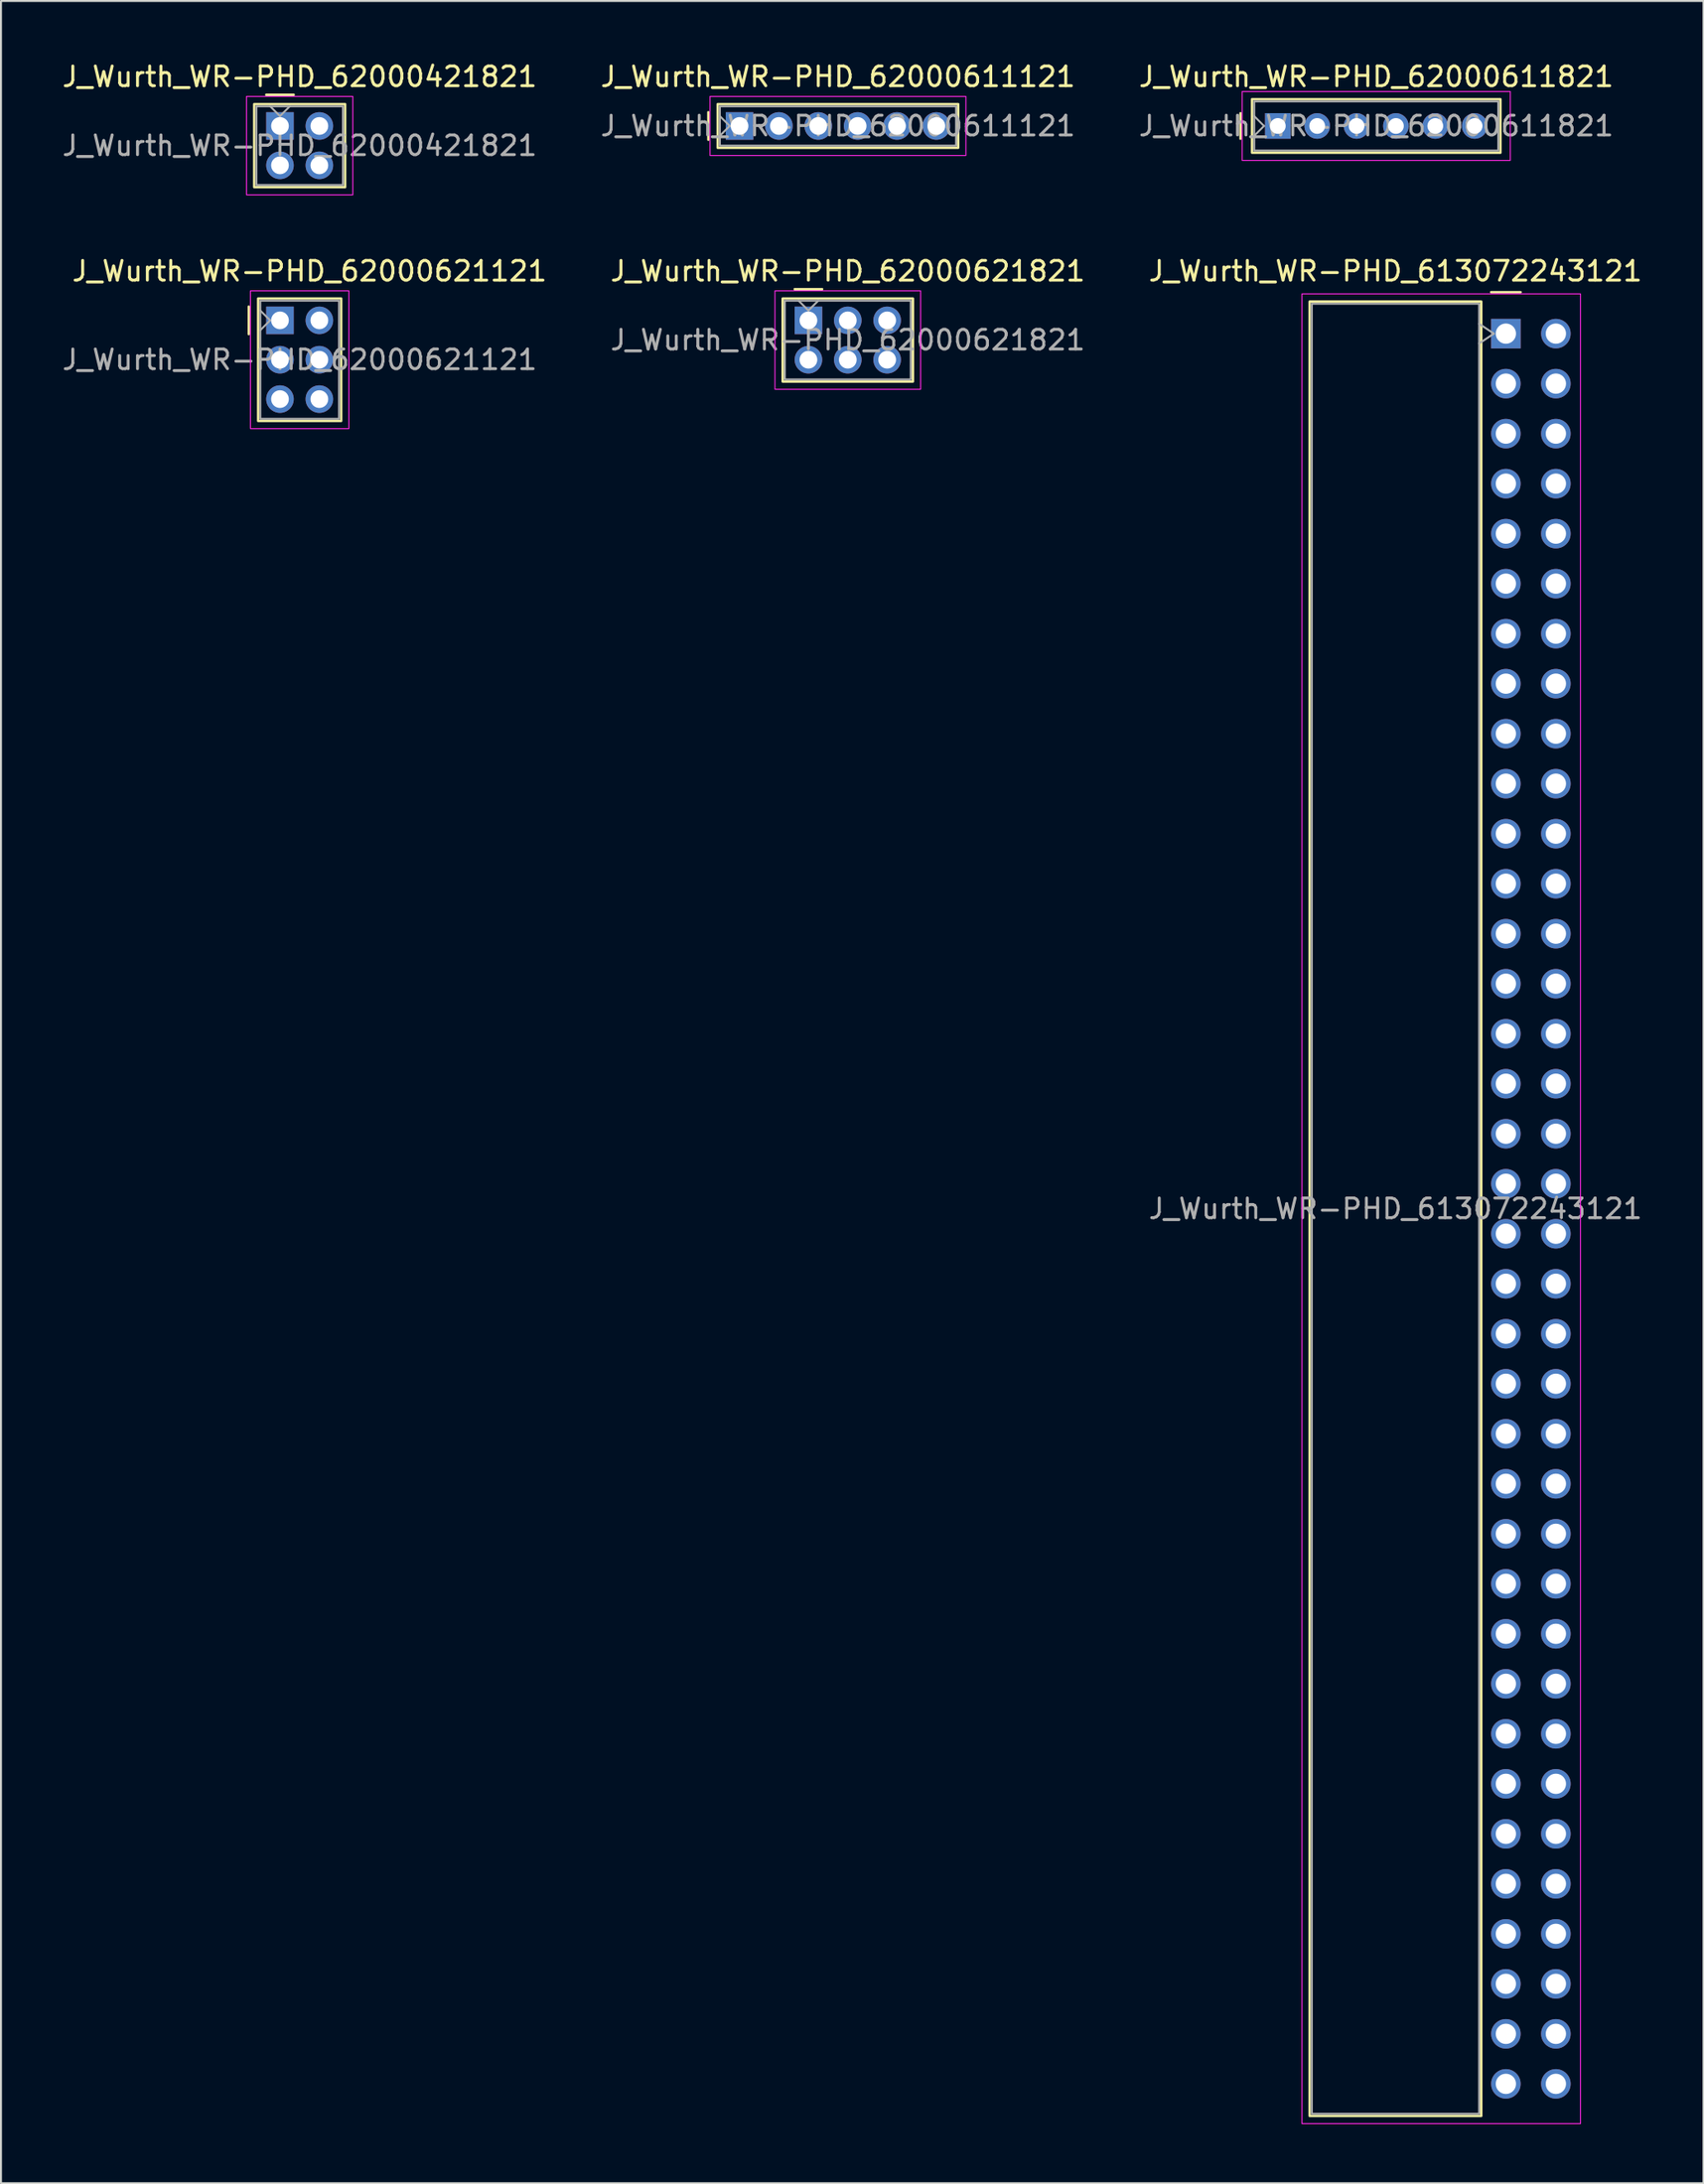
<source format=kicad_pcb>
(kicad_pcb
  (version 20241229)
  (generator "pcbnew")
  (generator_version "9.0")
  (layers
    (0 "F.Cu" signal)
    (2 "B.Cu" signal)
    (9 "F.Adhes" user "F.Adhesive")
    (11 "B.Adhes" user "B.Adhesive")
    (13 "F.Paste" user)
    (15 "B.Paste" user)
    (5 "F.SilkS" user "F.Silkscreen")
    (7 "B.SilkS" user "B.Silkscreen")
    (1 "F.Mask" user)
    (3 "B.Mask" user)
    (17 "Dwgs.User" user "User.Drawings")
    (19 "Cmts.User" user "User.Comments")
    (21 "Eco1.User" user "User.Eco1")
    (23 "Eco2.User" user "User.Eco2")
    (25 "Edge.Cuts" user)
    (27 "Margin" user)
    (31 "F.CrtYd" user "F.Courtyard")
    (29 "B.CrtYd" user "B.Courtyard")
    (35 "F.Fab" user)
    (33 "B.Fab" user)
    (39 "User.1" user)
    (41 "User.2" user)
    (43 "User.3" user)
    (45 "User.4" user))
  (footprint "J_Wurth_WR-PHD_62000621821"
    (layer "F.Cu")
    (at 38.018 13.222)
    (property "Reference" "J_Wurth_WR-PHD_62000621821" (at 2 -2.5 0) (unlocked yes) (layer "F.SilkS") (effects (font (size 1 1) (thickness 0.15))))
    (attr through_hole)
    (fp_line (start 0.7 -1.585) (end -0.7 -1.585) (stroke (width 0.12) (type solid)) (layer "F.SilkS"))
    (fp_rect (start -1.31 -1.11) (end 5.31 3.11) (stroke (width 0.12) (type solid)) (fill no) (layer "F.SilkS"))
    (fp_rect (start -1.7 -1.5) (end 5.7 3.5) (stroke (width 0.05) (type solid)) (fill no) (layer "F.CrtYd"))
    (fp_line (start 0 -0.5) (end -0.5 -1) (stroke (width 0.1) (type default)) (layer "F.Fab"))
    (fp_line (start 0.5 -1) (end 0 -0.5) (stroke (width 0.1) (type default)) (layer "F.Fab"))
    (fp_rect (start -1.2 -1) (end 5.2 3) (stroke (width 0.1) (type solid)) (fill no) (layer "F.Fab"))
    (fp_text user "${REFERENCE}" (at 2 1 0) (unlocked yes) (layer "F.Fab") (effects (font (size 1 1) (thickness 0.15))))
    (pad "1" thru_hole rect (at 0 0 180) (size 1.4 1.4) (drill 0.9) (layers "*.Cu" "*.Mask"))
    (pad "2" thru_hole circle (at 0 2 180) (size 1.4 1.4) (drill 0.9) (layers "*.Cu" "*.Mask"))
    (pad "3" thru_hole circle (at 2 0 180) (size 1.4 1.4) (drill 0.9) (layers "*.Cu" "*.Mask"))
    (pad "4" thru_hole circle (at 2 2 180) (size 1.4 1.4) (drill 0.9) (layers "*.Cu" "*.Mask"))
    (pad "5" thru_hole circle (at 4 0 180) (size 1.4 1.4) (drill 0.9) (layers "*.Cu" "*.Mask"))
    (pad "6" thru_hole circle (at 4 2 180) (size 1.4 1.4) (drill 0.9) (layers "*.Cu" "*.Mask")))
  (footprint "J_Wurth_WR-PHD_62000611121"
    (layer "F.Cu")
    (at 34.518 3.348)
    (property "Reference" "J_Wurth_WR-PHD_62000611121" (at 5 -2.5 0) (unlocked yes) (layer "F.SilkS") (effects (font (size 1 1) (thickness 0.15))))
    (attr through_hole)
    (fp_line (start -1.585 -0.7) (end -1.585 0.7) (stroke (width 0.12) (type solid)) (layer "F.SilkS"))
    (fp_rect (start -1.11 -1.11) (end 11.11 1.11) (stroke (width 0.12) (type solid)) (fill no) (layer "F.SilkS"))
    (fp_rect (start -1.5 -1.5) (end 11.5 1.5) (stroke (width 0.05) (type solid)) (fill no) (layer "F.CrtYd"))
    (fp_line (start -1 -0.5) (end -0.5 0) (stroke (width 0.1) (type default)) (layer "F.Fab"))
    (fp_line (start -0.5 0) (end -1 0.5) (stroke (width 0.1) (type default)) (layer "F.Fab"))
    (fp_rect (start -1 -1) (end 11 1) (stroke (width 0.1) (type solid)) (fill no) (layer "F.Fab"))
    (fp_text user "${REFERENCE}" (at 5 0 0) (unlocked yes) (layer "F.Fab") (effects (font (size 1 1) (thickness 0.15))))
    (pad "1" thru_hole rect (at 0 0) (size 1.4 1.4) (drill 0.9) (layers "*.Cu" "*.Mask"))
    (pad "2" thru_hole circle (at 2 0) (size 1.4 1.4) (drill 0.9) (layers "*.Cu" "*.Mask"))
    (pad "3" thru_hole circle (at 4 0) (size 1.4 1.4) (drill 0.9) (layers "*.Cu" "*.Mask"))
    (pad "4" thru_hole circle (at 6 0) (size 1.4 1.4) (drill 0.9) (layers "*.Cu" "*.Mask"))
    (pad "5" thru_hole circle (at 8 0) (size 1.4 1.4) (drill 0.9) (layers "*.Cu" "*.Mask"))
    (pad "6" thru_hole circle (at 10 0) (size 1.4 1.4) (drill 0.9) (layers "*.Cu" "*.Mask")))
  (footprint "J_Wurth_WR-PHD_62000421821"
    (layer "F.Cu")
    (at 11.173 3.348)
    (property "Reference" "J_Wurth_WR-PHD_62000421821" (at 1 -2.5 0) (unlocked yes) (layer "F.SilkS") (effects (font (size 1 1) (thickness 0.15))))
    (attr through_hole)
    (fp_line (start 0.7 -1.585) (end -0.7 -1.585) (stroke (width 0.12) (type solid)) (layer "F.SilkS"))
    (fp_rect (start -1.31 -1.11) (end 3.31 3.11) (stroke (width 0.12) (type solid)) (fill no) (layer "F.SilkS"))
    (fp_rect (start -1.7 -1.5) (end 3.7 3.5) (stroke (width 0.05) (type solid)) (fill no) (layer "F.CrtYd"))
    (fp_line (start 0 -0.5) (end -0.5 -1) (stroke (width 0.1) (type default)) (layer "F.Fab"))
    (fp_line (start 0.5 -1) (end 0 -0.5) (stroke (width 0.1) (type default)) (layer "F.Fab"))
    (fp_rect (start -1.2 -1) (end 3.2 3) (stroke (width 0.1) (type solid)) (fill no) (layer "F.Fab"))
    (fp_text user "${REFERENCE}" (at 1 1 0) (unlocked yes) (layer "F.Fab") (effects (font (size 1 1) (thickness 0.15))))
    (pad "1" thru_hole rect (at 0 0 180) (size 1.4 1.4) (drill 0.9) (layers "*.Cu" "*.Mask"))
    (pad "2" thru_hole circle (at 0 2 180) (size 1.4 1.4) (drill 0.9) (layers "*.Cu" "*.Mask"))
    (pad "3" thru_hole circle (at 2 0 180) (size 1.4 1.4) (drill 0.9) (layers "*.Cu" "*.Mask"))
    (pad "4" thru_hole circle (at 2 2 180) (size 1.4 1.4) (drill 0.9) (layers "*.Cu" "*.Mask")))
  (footprint "J_Wurth_WR-PHD_613072243121"
    (layer "F.Cu")
    (at 73.449 13.896)
    (property "Reference" "J_Wurth_WR-PHD_613072243121" (at -5.61 -3.175 0) (unlocked yes) (layer "F.SilkS") (effects (font (size 1 1) (thickness 0.15))))
    (attr through_hole)
    (fp_line (start -0.75 -2.105) (end 0.75 -2.105) (stroke (width 0.12) (type solid)) (layer "F.SilkS"))
    (fp_rect (start -9.97 -1.63) (end -1.25 90.53) (stroke (width 0.12) (type solid)) (fill no) (layer "F.SilkS"))
    (fp_rect (start -10.36 -2.02) (end 3.79 90.92) (stroke (width 0.05) (type solid)) (fill no) (layer "F.CrtYd"))
    (fp_line (start -0.61 0) (end -1.36 -0.5) (stroke (width 0.1) (type solid)) (layer "F.Fab"))
    (fp_line (start -0.61 0) (end -1.36 0.5) (stroke (width 0.1) (type solid)) (layer "F.Fab"))
    (fp_rect (start -9.86 -1.52) (end -1.36 90.42) (stroke (width 0.1) (type solid)) (fill no) (layer "F.Fab"))
    (fp_text user "${REFERENCE}" (at -5.61 44.45 0) (unlocked yes) (layer "F.Fab") (effects (font (size 1 1) (thickness 0.15))))
    (pad "1" thru_hole rect (at 0 0 270) (size 1.5 1.5) (drill 1.03) (layers "*.Cu" "*.Mask"))
    (pad "2" thru_hole circle (at 2.54 0 270) (size 1.5 1.5) (drill 1.03) (layers "*.Cu" "*.Mask"))
    (pad "3" thru_hole circle (at 0 2.54 270) (size 1.5 1.5) (drill 1.03) (layers "*.Cu" "*.Mask"))
    (pad "4" thru_hole circle (at 2.54 2.54 270) (size 1.5 1.5) (drill 1.03) (layers "*.Cu" "*.Mask"))
    (pad "5" thru_hole circle (at 0 5.08 270) (size 1.5 1.5) (drill 1.03) (layers "*.Cu" "*.Mask"))
    (pad "6" thru_hole circle (at 2.54 5.08 270) (size 1.5 1.5) (drill 1.03) (layers "*.Cu" "*.Mask"))
    (pad "7" thru_hole circle (at 0 7.62 270) (size 1.5 1.5) (drill 1.03) (layers "*.Cu" "*.Mask"))
    (pad "8" thru_hole circle (at 2.54 7.62 270) (size 1.5 1.5) (drill 1.03) (layers "*.Cu" "*.Mask"))
    (pad "9" thru_hole circle (at 0 10.16 270) (size 1.5 1.5) (drill 1.03) (layers "*.Cu" "*.Mask"))
    (pad "10" thru_hole circle (at 2.54 10.16 270) (size 1.5 1.5) (drill 1.03) (layers "*.Cu" "*.Mask"))
    (pad "11" thru_hole circle (at 0 12.7 270) (size 1.5 1.5) (drill 1.03) (layers "*.Cu" "*.Mask"))
    (pad "12" thru_hole circle (at 2.54 12.7 270) (size 1.5 1.5) (drill 1.03) (layers "*.Cu" "*.Mask"))
    (pad "13" thru_hole circle (at 0 15.24 270) (size 1.5 1.5) (drill 1.03) (layers "*.Cu" "*.Mask"))
    (pad "14" thru_hole circle (at 2.54 15.24 270) (size 1.5 1.5) (drill 1.03) (layers "*.Cu" "*.Mask"))
    (pad "15" thru_hole circle (at 0 17.78 270) (size 1.5 1.5) (drill 1.03) (layers "*.Cu" "*.Mask"))
    (pad "16" thru_hole circle (at 2.54 17.78 270) (size 1.5 1.5) (drill 1.03) (layers "*.Cu" "*.Mask"))
    (pad "17" thru_hole circle (at 0 20.32 270) (size 1.5 1.5) (drill 1.03) (layers "*.Cu" "*.Mask"))
    (pad "18" thru_hole circle (at 2.54 20.32 270) (size 1.5 1.5) (drill 1.03) (layers "*.Cu" "*.Mask"))
    (pad "19" thru_hole circle (at 0 22.86 270) (size 1.5 1.5) (drill 1.03) (layers "*.Cu" "*.Mask"))
    (pad "20" thru_hole circle (at 2.54 22.86 270) (size 1.5 1.5) (drill 1.03) (layers "*.Cu" "*.Mask"))
    (pad "21" thru_hole circle (at 0 25.4 270) (size 1.5 1.5) (drill 1.03) (layers "*.Cu" "*.Mask"))
    (pad "22" thru_hole circle (at 2.54 25.4 270) (size 1.5 1.5) (drill 1.03) (layers "*.Cu" "*.Mask"))
    (pad "23" thru_hole circle (at 0 27.94 270) (size 1.5 1.5) (drill 1.03) (layers "*.Cu" "*.Mask"))
    (pad "24" thru_hole circle (at 2.54 27.94 270) (size 1.5 1.5) (drill 1.03) (layers "*.Cu" "*.Mask"))
    (pad "25" thru_hole circle (at 0 30.48 270) (size 1.5 1.5) (drill 1.03) (layers "*.Cu" "*.Mask"))
    (pad "26" thru_hole circle (at 2.54 30.48 270) (size 1.5 1.5) (drill 1.03) (layers "*.Cu" "*.Mask"))
    (pad "27" thru_hole circle (at 0 33.02 270) (size 1.5 1.5) (drill 1.03) (layers "*.Cu" "*.Mask"))
    (pad "28" thru_hole circle (at 2.54 33.02 270) (size 1.5 1.5) (drill 1.03) (layers "*.Cu" "*.Mask"))
    (pad "29" thru_hole circle (at 0 35.56 270) (size 1.5 1.5) (drill 1.03) (layers "*.Cu" "*.Mask"))
    (pad "30" thru_hole circle (at 2.54 35.56 270) (size 1.5 1.5) (drill 1.03) (layers "*.Cu" "*.Mask"))
    (pad "31" thru_hole circle (at 0 38.1 270) (size 1.5 1.5) (drill 1.03) (layers "*.Cu" "*.Mask"))
    (pad "32" thru_hole circle (at 2.54 38.1 270) (size 1.5 1.5) (drill 1.03) (layers "*.Cu" "*.Mask"))
    (pad "33" thru_hole circle (at 0 40.64 270) (size 1.5 1.5) (drill 1.03) (layers "*.Cu" "*.Mask"))
    (pad "34" thru_hole circle (at 2.54 40.64 270) (size 1.5 1.5) (drill 1.03) (layers "*.Cu" "*.Mask"))
    (pad "35" thru_hole circle (at 0 43.18 270) (size 1.5 1.5) (drill 1.03) (layers "*.Cu" "*.Mask"))
    (pad "36" thru_hole circle (at 2.54 43.18 270) (size 1.5 1.5) (drill 1.03) (layers "*.Cu" "*.Mask"))
    (pad "37" thru_hole circle (at 0 45.72 270) (size 1.5 1.5) (drill 1.03) (layers "*.Cu" "*.Mask"))
    (pad "38" thru_hole circle (at 2.54 45.72 270) (size 1.5 1.5) (drill 1.03) (layers "*.Cu" "*.Mask"))
    (pad "39" thru_hole circle (at 0 48.26 270) (size 1.5 1.5) (drill 1.03) (layers "*.Cu" "*.Mask"))
    (pad "40" thru_hole circle (at 2.54 48.26 270) (size 1.5 1.5) (drill 1.03) (layers "*.Cu" "*.Mask"))
    (pad "41" thru_hole circle (at 0 50.8 270) (size 1.5 1.5) (drill 1.03) (layers "*.Cu" "*.Mask"))
    (pad "42" thru_hole circle (at 2.54 50.8 270) (size 1.5 1.5) (drill 1.03) (layers "*.Cu" "*.Mask"))
    (pad "43" thru_hole circle (at 0 53.34 270) (size 1.5 1.5) (drill 1.03) (layers "*.Cu" "*.Mask"))
    (pad "44" thru_hole circle (at 2.54 53.34 270) (size 1.5 1.5) (drill 1.03) (layers "*.Cu" "*.Mask"))
    (pad "45" thru_hole circle (at 0 55.88 270) (size 1.5 1.5) (drill 1.03) (layers "*.Cu" "*.Mask"))
    (pad "46" thru_hole circle (at 2.54 55.88 270) (size 1.5 1.5) (drill 1.03) (layers "*.Cu" "*.Mask"))
    (pad "47" thru_hole circle (at 0 58.42 270) (size 1.5 1.5) (drill 1.03) (layers "*.Cu" "*.Mask"))
    (pad "48" thru_hole circle (at 2.54 58.42 270) (size 1.5 1.5) (drill 1.03) (layers "*.Cu" "*.Mask"))
    (pad "49" thru_hole circle (at 0 60.96 270) (size 1.5 1.5) (drill 1.03) (layers "*.Cu" "*.Mask"))
    (pad "50" thru_hole circle (at 2.54 60.96 270) (size 1.5 1.5) (drill 1.03) (layers "*.Cu" "*.Mask"))
    (pad "51" thru_hole circle (at 0 63.5 270) (size 1.5 1.5) (drill 1.03) (layers "*.Cu" "*.Mask"))
    (pad "52" thru_hole circle (at 2.54 63.5 270) (size 1.5 1.5) (drill 1.03) (layers "*.Cu" "*.Mask"))
    (pad "53" thru_hole circle (at 0 66.04 270) (size 1.5 1.5) (drill 1.03) (layers "*.Cu" "*.Mask"))
    (pad "54" thru_hole circle (at 2.54 66.04 270) (size 1.5 1.5) (drill 1.03) (layers "*.Cu" "*.Mask"))
    (pad "55" thru_hole circle (at 0 68.58 270) (size 1.5 1.5) (drill 1.03) (layers "*.Cu" "*.Mask"))
    (pad "56" thru_hole circle (at 2.54 68.58 270) (size 1.5 1.5) (drill 1.03) (layers "*.Cu" "*.Mask"))
    (pad "57" thru_hole circle (at 0 71.12 270) (size 1.5 1.5) (drill 1.03) (layers "*.Cu" "*.Mask"))
    (pad "58" thru_hole circle (at 2.54 71.12 270) (size 1.5 1.5) (drill 1.03) (layers "*.Cu" "*.Mask"))
    (pad "59" thru_hole circle (at 0 73.66 270) (size 1.5 1.5) (drill 1.03) (layers "*.Cu" "*.Mask"))
    (pad "60" thru_hole circle (at 2.54 73.66 270) (size 1.5 1.5) (drill 1.03) (layers "*.Cu" "*.Mask"))
    (pad "61" thru_hole circle (at 0 76.2 270) (size 1.5 1.5) (drill 1.03) (layers "*.Cu" "*.Mask"))
    (pad "62" thru_hole circle (at 2.54 76.2 270) (size 1.5 1.5) (drill 1.03) (layers "*.Cu" "*.Mask"))
    (pad "63" thru_hole circle (at 0 78.74 270) (size 1.5 1.5) (drill 1.03) (layers "*.Cu" "*.Mask"))
    (pad "64" thru_hole circle (at 2.54 78.74 270) (size 1.5 1.5) (drill 1.03) (layers "*.Cu" "*.Mask"))
    (pad "65" thru_hole circle (at 0 81.28 270) (size 1.5 1.5) (drill 1.03) (layers "*.Cu" "*.Mask"))
    (pad "66" thru_hole circle (at 2.54 81.28 270) (size 1.5 1.5) (drill 1.03) (layers "*.Cu" "*.Mask"))
    (pad "67" thru_hole circle (at 0 83.82 270) (size 1.5 1.5) (drill 1.03) (layers "*.Cu" "*.Mask"))
    (pad "68" thru_hole circle (at 2.54 83.82 270) (size 1.5 1.5) (drill 1.03) (layers "*.Cu" "*.Mask"))
    (pad "69" thru_hole circle (at 0 86.36 270) (size 1.5 1.5) (drill 1.03) (layers "*.Cu" "*.Mask"))
    (pad "70" thru_hole circle (at 2.54 86.36 270) (size 1.5 1.5) (drill 1.03) (layers "*.Cu" "*.Mask"))
    (pad "71" thru_hole circle (at 0 88.9 270) (size 1.5 1.5) (drill 1.03) (layers "*.Cu" "*.Mask"))
    (pad "72" thru_hole circle (at 2.54 88.9 270) (size 1.5 1.5) (drill 1.03) (layers "*.Cu" "*.Mask")))
  (footprint "J_Wurth_WR-PHD_62000621121"
    (layer "F.Cu")
    (at 11.173 13.222)
    (property "Reference" "J_Wurth_WR-PHD_62000621121" (at 1.5 -2.5 0) (unlocked yes) (layer "F.SilkS") (effects (font (size 1 1) (thickness 0.15))))
    (attr through_hole)
    (fp_line (start -1.585 -0.7) (end -1.585 0.7) (stroke (width 0.12) (type solid)) (layer "F.SilkS"))
    (fp_rect (start -1.11 -1.11) (end 3.11 5.11) (stroke (width 0.12) (type solid)) (fill no) (layer "F.SilkS"))
    (fp_rect (start -1.5 -1.5) (end 3.5 5.5) (stroke (width 0.05) (type solid)) (fill no) (layer "F.CrtYd"))
    (fp_line (start -1 -0.5) (end -0.5 0) (stroke (width 0.1) (type default)) (layer "F.Fab"))
    (fp_line (start -0.5 0) (end -1 0.5) (stroke (width 0.1) (type default)) (layer "F.Fab"))
    (fp_rect (start -1 -1) (end 3 5) (stroke (width 0.1) (type solid)) (fill no) (layer "F.Fab"))
    (fp_text user "${REFERENCE}" (at 1 2 0) (unlocked yes) (layer "F.Fab") (effects (font (size 1 1) (thickness 0.15))))
    (pad "1" thru_hole rect (at 0 0) (size 1.4 1.4) (drill 0.9) (layers "*.Cu" "*.Mask"))
    (pad "2" thru_hole circle (at 2 0) (size 1.4 1.4) (drill 0.9) (layers "*.Cu" "*.Mask"))
    (pad "3" thru_hole circle (at 0 2) (size 1.4 1.4) (drill 0.9) (layers "*.Cu" "*.Mask"))
    (pad "4" thru_hole circle (at 2 2) (size 1.4 1.4) (drill 0.9) (layers "*.Cu" "*.Mask"))
    (pad "5" thru_hole circle (at 0 4) (size 1.4 1.4) (drill 0.9) (layers "*.Cu" "*.Mask"))
    (pad "6" thru_hole circle (at 2 4) (size 1.4 1.4) (drill 0.9) (layers "*.Cu" "*.Mask")))
  (footprint "J_Wurth_WR-PHD_62000611821"
    (layer "F.Cu")
    (at 61.863 3.348)
    (property "Reference" "J_Wurth_WR-PHD_62000611821" (at 5 -2.5 0) (unlocked yes) (layer "F.SilkS") (effects (font (size 1 1) (thickness 0.15))))
    (attr through_hole)
    (fp_line (start -1.895 -0.65) (end -1.895 0.65) (stroke (width 0.12) (type solid)) (layer "F.SilkS"))
    (fp_rect (start -1.31 -1.36) (end 11.31 1.36) (stroke (width 0.12) (type solid)) (fill no) (layer "F.SilkS"))
    (fp_rect (start -1.81 -1.75) (end 11.81 1.75) (stroke (width 0.05) (type solid)) (fill no) (layer "F.CrtYd"))
    (fp_line (start -1.2 -0.5) (end -0.7 0) (stroke (width 0.1) (type default)) (layer "F.Fab"))
    (fp_line (start -0.7 0) (end -1.2 0.5) (stroke (width 0.1) (type default)) (layer "F.Fab"))
    (fp_rect (start -1.2 -1.25) (end 11.2 1.25) (stroke (width 0.1) (type solid)) (fill no) (layer "F.Fab"))
    (fp_text user "${REFERENCE}" (at 5 0 0) (unlocked yes) (layer "F.Fab") (effects (font (size 1 1) (thickness 0.15))))
    (pad "1" thru_hole rect (at 0 0) (size 1.3 1.3) (drill 0.8) (layers "*.Cu" "*.Mask"))
    (pad "2" thru_hole circle (at 2 0) (size 1.3 1.3) (drill 0.8) (layers "*.Cu" "*.Mask"))
    (pad "3" thru_hole circle (at 4 0) (size 1.3 1.3) (drill 0.8) (layers "*.Cu" "*.Mask"))
    (pad "4" thru_hole circle (at 6 0) (size 1.3 1.3) (drill 0.8) (layers "*.Cu" "*.Mask"))
    (pad "5" thru_hole circle (at 8 0) (size 1.3 1.3) (drill 0.8) (layers "*.Cu" "*.Mask"))
    (pad "6" thru_hole circle (at 10 0) (size 1.3 1.3) (drill 0.8) (layers "*.Cu" "*.Mask")))
  (gr_rect
    (start -3 -3)
    (end 83.488 107.841)
    (stroke (width 0.1) (type default))
    (fill no)
    (layer "Edge.Cuts")))
</source>
